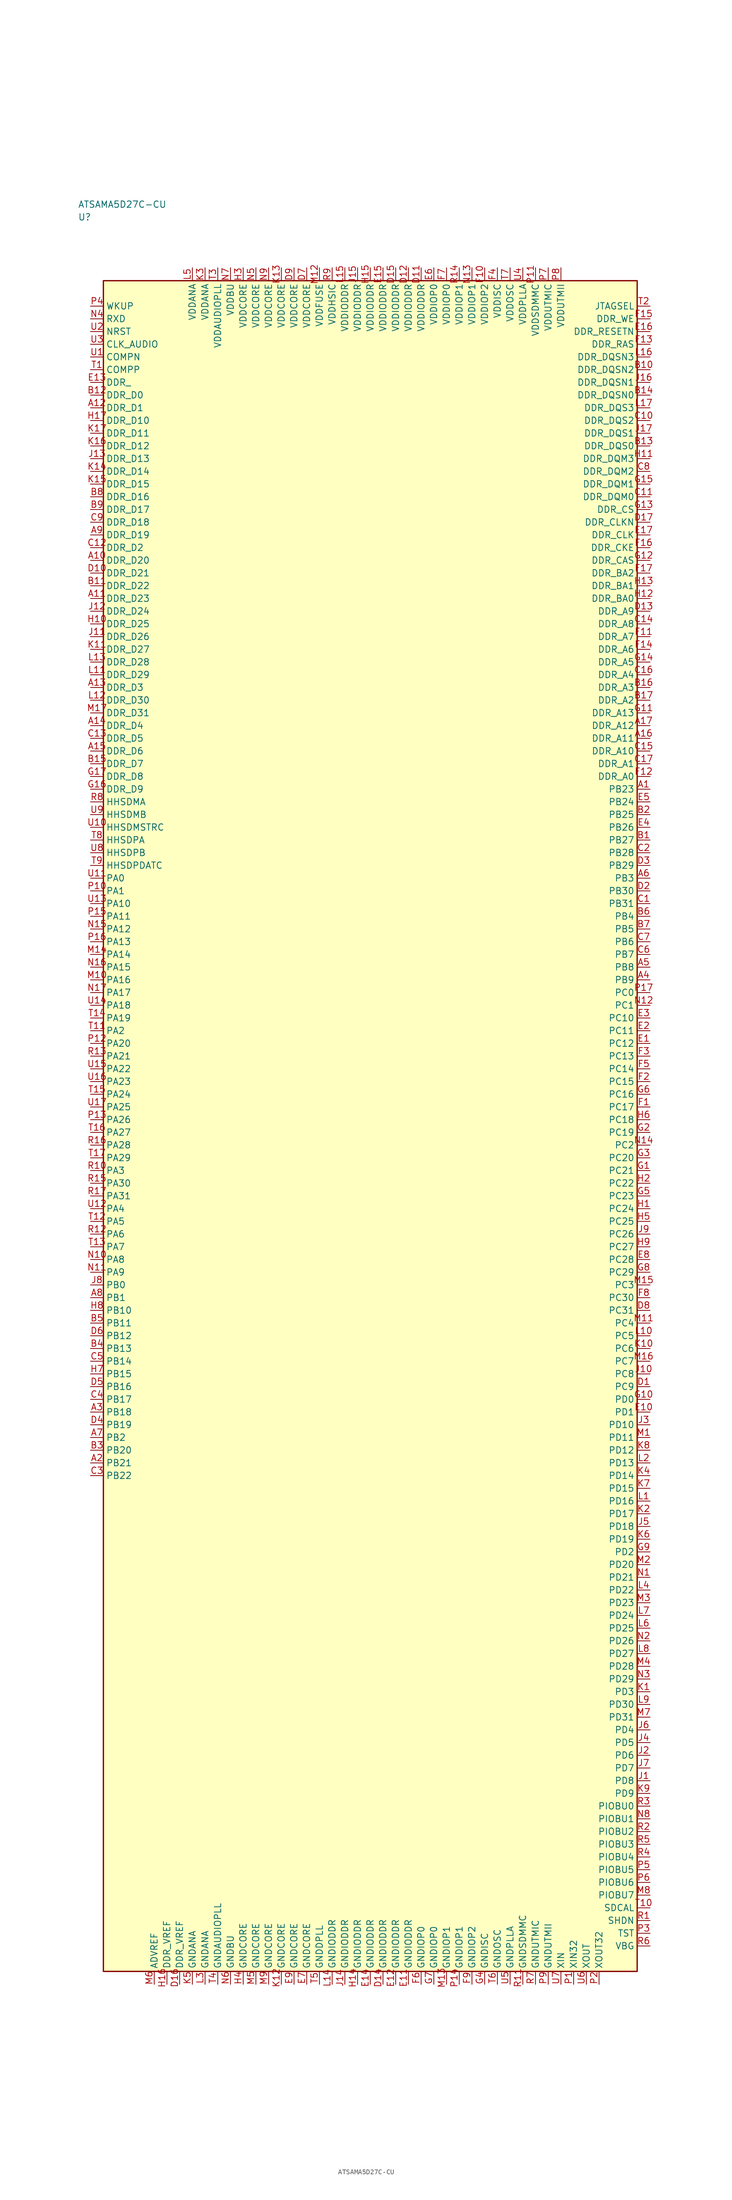
<source format=kicad_sym>
(kicad_symbol_lib
  (version 20241025)
  (generator "kicad_symbol_editor")
  (generator_version "8.0")
  (symbol "ATSAMA5D27C-CU"
    (property "Reference" "U"
      (at -57.5 178.75 0)
      (effects (font (size 1.27 1.27)) (justify left)))
    (property "Value" "ATSAMA5D27C-CU"
      (at -57.5 181.25 0)
      (effects (font (size 1.27 1.27)) (justify left)))
    (symbol "ATSAMA5D27C-CU_0_1"
      (rectangle (start -52.5 166.25) (end 52.5 -166.25) (stroke (width 0.254) (type default)) (fill (type background))))
    (symbol "ATSAMA5D27C-CU_1_1"
      (pin bidirectional line (at -55.04 48.75 0.0) (length 2.54) (name "PA0" (effects (font (size 1.27 1.27)))) (number "U11" (effects (font (size 1.27 1.27)))))
      (pin bidirectional line (at -55.04 46.25 0.0) (length 2.54) (name "PA1" (effects (font (size 1.27 1.27)))) (number "P10" (effects (font (size 1.27 1.27)))))
      (pin bidirectional line (at -55.04 18.75 0.0) (length 2.54) (name "PA2" (effects (font (size 1.27 1.27)))) (number "T11" (effects (font (size 1.27 1.27)))))
      (pin bidirectional line (at -55.04 -8.75 0.0) (length 2.54) (name "PA3" (effects (font (size 1.27 1.27)))) (number "R10" (effects (font (size 1.27 1.27)))))
      (pin bidirectional line (at -55.04 -16.25 0.0) (length 2.54) (name "PA4" (effects (font (size 1.27 1.27)))) (number "U12" (effects (font (size 1.27 1.27)))))
      (pin bidirectional line (at -55.04 -18.75 0.0) (length 2.54) (name "PA5" (effects (font (size 1.27 1.27)))) (number "T12" (effects (font (size 1.27 1.27)))))
      (pin bidirectional line (at -55.04 -21.25 0.0) (length 2.54) (name "PA6" (effects (font (size 1.27 1.27)))) (number "R12" (effects (font (size 1.27 1.27)))))
      (pin bidirectional line (at -55.04 -23.75 0.0) (length 2.54) (name "PA7" (effects (font (size 1.27 1.27)))) (number "T13" (effects (font (size 1.27 1.27)))))
      (pin bidirectional line (at -55.04 -26.25 0.0) (length 2.54) (name "PA8" (effects (font (size 1.27 1.27)))) (number "N10" (effects (font (size 1.27 1.27)))))
      (pin bidirectional line (at -55.04 -28.75 0.0) (length 2.54) (name "PA9" (effects (font (size 1.27 1.27)))) (number "N11" (effects (font (size 1.27 1.27)))))
      (pin bidirectional line (at -55.04 43.75 0.0) (length 2.54) (name "PA10" (effects (font (size 1.27 1.27)))) (number "U13" (effects (font (size 1.27 1.27)))))
      (pin bidirectional line (at -55.04 41.25 0.0) (length 2.54) (name "PA11" (effects (font (size 1.27 1.27)))) (number "P15" (effects (font (size 1.27 1.27)))))
      (pin bidirectional line (at -55.04 38.75 0.0) (length 2.54) (name "PA12" (effects (font (size 1.27 1.27)))) (number "N15" (effects (font (size 1.27 1.27)))))
      (pin bidirectional line (at -55.04 36.25 0.0) (length 2.54) (name "PA13" (effects (font (size 1.27 1.27)))) (number "P16" (effects (font (size 1.27 1.27)))))
      (pin bidirectional line (at -55.04 33.75 0.0) (length 2.54) (name "PA14" (effects (font (size 1.27 1.27)))) (number "M14" (effects (font (size 1.27 1.27)))))
      (pin bidirectional line (at -55.04 31.25 0.0) (length 2.54) (name "PA15" (effects (font (size 1.27 1.27)))) (number "N16" (effects (font (size 1.27 1.27)))))
      (pin bidirectional line (at -55.04 28.75 0.0) (length 2.54) (name "PA16" (effects (font (size 1.27 1.27)))) (number "M10" (effects (font (size 1.27 1.27)))))
      (pin bidirectional line (at -55.04 26.25 0.0) (length 2.54) (name "PA17" (effects (font (size 1.27 1.27)))) (number "N17" (effects (font (size 1.27 1.27)))))
      (pin bidirectional line (at -55.04 23.75 0.0) (length 2.54) (name "PA18" (effects (font (size 1.27 1.27)))) (number "U14" (effects (font (size 1.27 1.27)))))
      (pin bidirectional line (at -55.04 21.25 0.0) (length 2.54) (name "PA19" (effects (font (size 1.27 1.27)))) (number "T14" (effects (font (size 1.27 1.27)))))
      (pin bidirectional line (at -55.04 16.25 0.0) (length 2.54) (name "PA20" (effects (font (size 1.27 1.27)))) (number "P12" (effects (font (size 1.27 1.27)))))
      (pin bidirectional line (at -55.04 13.75 0.0) (length 2.54) (name "PA21" (effects (font (size 1.27 1.27)))) (number "R13" (effects (font (size 1.27 1.27)))))
      (pin bidirectional line (at -55.04 11.25 0.0) (length 2.54) (name "PA22" (effects (font (size 1.27 1.27)))) (number "U15" (effects (font (size 1.27 1.27)))))
      (pin bidirectional line (at -55.04 8.75 0.0) (length 2.54) (name "PA23" (effects (font (size 1.27 1.27)))) (number "U16" (effects (font (size 1.27 1.27)))))
      (pin bidirectional line (at -55.04 6.25 0.0) (length 2.54) (name "PA24" (effects (font (size 1.27 1.27)))) (number "T15" (effects (font (size 1.27 1.27)))))
      (pin bidirectional line (at -55.04 3.75 0.0) (length 2.54) (name "PA25" (effects (font (size 1.27 1.27)))) (number "U17" (effects (font (size 1.27 1.27)))))
      (pin bidirectional line (at -55.04 1.25 0.0) (length 2.54) (name "PA26" (effects (font (size 1.27 1.27)))) (number "P13" (effects (font (size 1.27 1.27)))))
      (pin bidirectional line (at -55.04 -1.25 0.0) (length 2.54) (name "PA27" (effects (font (size 1.27 1.27)))) (number "T16" (effects (font (size 1.27 1.27)))))
      (pin bidirectional line (at -55.04 -3.75 0.0) (length 2.54) (name "PA28" (effects (font (size 1.27 1.27)))) (number "R16" (effects (font (size 1.27 1.27)))))
      (pin bidirectional line (at -55.04 -6.25 0.0) (length 2.54) (name "PA29" (effects (font (size 1.27 1.27)))) (number "T17" (effects (font (size 1.27 1.27)))))
      (pin bidirectional line (at -55.04 -11.25 0.0) (length 2.54) (name "PA30" (effects (font (size 1.27 1.27)))) (number "R15" (effects (font (size 1.27 1.27)))))
      (pin bidirectional line (at -55.04 -13.75 0.0) (length 2.54) (name "PA31" (effects (font (size 1.27 1.27)))) (number "R17" (effects (font (size 1.27 1.27)))))
      (pin bidirectional line (at -55.04 -31.25 0.0) (length 2.54) (name "PB0" (effects (font (size 1.27 1.27)))) (number "J8" (effects (font (size 1.27 1.27)))))
      (pin bidirectional line (at -55.04 -33.75 0.0) (length 2.54) (name "PB1" (effects (font (size 1.27 1.27)))) (number "A8" (effects (font (size 1.27 1.27)))))
      (pin bidirectional line (at -55.04 -61.25 0.0) (length 2.54) (name "PB2" (effects (font (size 1.27 1.27)))) (number "A7" (effects (font (size 1.27 1.27)))))
      (pin bidirectional line (at 55.04 48.75 180.0) (length 2.54) (name "PB3" (effects (font (size 1.27 1.27)))) (number "A6" (effects (font (size 1.27 1.27)))))
      (pin bidirectional line (at 55.04 41.25 180.0) (length 2.54) (name "PB4" (effects (font (size 1.27 1.27)))) (number "B6" (effects (font (size 1.27 1.27)))))
      (pin bidirectional line (at 55.04 38.75 180.0) (length 2.54) (name "PB5" (effects (font (size 1.27 1.27)))) (number "B7" (effects (font (size 1.27 1.27)))))
      (pin bidirectional line (at 55.04 36.25 180.0) (length 2.54) (name "PB6" (effects (font (size 1.27 1.27)))) (number "C7" (effects (font (size 1.27 1.27)))))
      (pin bidirectional line (at 55.04 33.75 180.0) (length 2.54) (name "PB7" (effects (font (size 1.27 1.27)))) (number "C6" (effects (font (size 1.27 1.27)))))
      (pin bidirectional line (at 55.04 31.25 180.0) (length 2.54) (name "PB8" (effects (font (size 1.27 1.27)))) (number "A5" (effects (font (size 1.27 1.27)))))
      (pin bidirectional line (at 55.04 28.75 180.0) (length 2.54) (name "PB9" (effects (font (size 1.27 1.27)))) (number "A4" (effects (font (size 1.27 1.27)))))
      (pin bidirectional line (at -55.04 -36.25 0.0) (length 2.54) (name "PB10" (effects (font (size 1.27 1.27)))) (number "H8" (effects (font (size 1.27 1.27)))))
      (pin bidirectional line (at -55.04 -38.75 0.0) (length 2.54) (name "PB11" (effects (font (size 1.27 1.27)))) (number "B5" (effects (font (size 1.27 1.27)))))
      (pin bidirectional line (at -55.04 -41.25 0.0) (length 2.54) (name "PB12" (effects (font (size 1.27 1.27)))) (number "D6" (effects (font (size 1.27 1.27)))))
      (pin bidirectional line (at -55.04 -43.75 0.0) (length 2.54) (name "PB13" (effects (font (size 1.27 1.27)))) (number "B4" (effects (font (size 1.27 1.27)))))
      (pin bidirectional line (at -55.04 -46.25 0.0) (length 2.54) (name "PB14" (effects (font (size 1.27 1.27)))) (number "C5" (effects (font (size 1.27 1.27)))))
      (pin bidirectional line (at -55.04 -48.75 0.0) (length 2.54) (name "PB15" (effects (font (size 1.27 1.27)))) (number "H7" (effects (font (size 1.27 1.27)))))
      (pin bidirectional line (at -55.04 -51.25 0.0) (length 2.54) (name "PB16" (effects (font (size 1.27 1.27)))) (number "D5" (effects (font (size 1.27 1.27)))))
      (pin bidirectional line (at -55.04 -53.75 0.0) (length 2.54) (name "PB17" (effects (font (size 1.27 1.27)))) (number "C4" (effects (font (size 1.27 1.27)))))
      (pin bidirectional line (at -55.04 -56.25 0.0) (length 2.54) (name "PB18" (effects (font (size 1.27 1.27)))) (number "A3" (effects (font (size 1.27 1.27)))))
      (pin bidirectional line (at -55.04 -58.75 0.0) (length 2.54) (name "PB19" (effects (font (size 1.27 1.27)))) (number "D4" (effects (font (size 1.27 1.27)))))
      (pin bidirectional line (at -55.04 -63.75 0.0) (length 2.54) (name "PB20" (effects (font (size 1.27 1.27)))) (number "B3" (effects (font (size 1.27 1.27)))))
      (pin bidirectional line (at -55.04 -66.25 0.0) (length 2.54) (name "PB21" (effects (font (size 1.27 1.27)))) (number "A2" (effects (font (size 1.27 1.27)))))
      (pin bidirectional line (at -55.04 -68.75 0.0) (length 2.54) (name "PB22" (effects (font (size 1.27 1.27)))) (number "C3" (effects (font (size 1.27 1.27)))))
      (pin bidirectional line (at 55.04 66.25 180.0) (length 2.54) (name "PB23" (effects (font (size 1.27 1.27)))) (number "A1" (effects (font (size 1.27 1.27)))))
      (pin bidirectional line (at 55.04 63.75 180.0) (length 2.54) (name "PB24" (effects (font (size 1.27 1.27)))) (number "E5" (effects (font (size 1.27 1.27)))))
      (pin bidirectional line (at 55.04 61.25 180.0) (length 2.54) (name "PB25" (effects (font (size 1.27 1.27)))) (number "B2" (effects (font (size 1.27 1.27)))))
      (pin bidirectional line (at 55.04 58.75 180.0) (length 2.54) (name "PB26" (effects (font (size 1.27 1.27)))) (number "E4" (effects (font (size 1.27 1.27)))))
      (pin bidirectional line (at 55.04 56.25 180.0) (length 2.54) (name "PB27" (effects (font (size 1.27 1.27)))) (number "B1" (effects (font (size 1.27 1.27)))))
      (pin bidirectional line (at 55.04 53.75 180.0) (length 2.54) (name "PB28" (effects (font (size 1.27 1.27)))) (number "C2" (effects (font (size 1.27 1.27)))))
      (pin bidirectional line (at 55.04 51.25 180.0) (length 2.54) (name "PB29" (effects (font (size 1.27 1.27)))) (number "D3" (effects (font (size 1.27 1.27)))))
      (pin bidirectional line (at 55.04 46.25 180.0) (length 2.54) (name "PB30" (effects (font (size 1.27 1.27)))) (number "D2" (effects (font (size 1.27 1.27)))))
      (pin bidirectional line (at 55.04 43.75 180.0) (length 2.54) (name "PB31" (effects (font (size 1.27 1.27)))) (number "C1" (effects (font (size 1.27 1.27)))))
      (pin bidirectional line (at 55.04 26.25 180.0) (length 2.54) (name "PC0" (effects (font (size 1.27 1.27)))) (number "P17" (effects (font (size 1.27 1.27)))))
      (pin bidirectional line (at 55.04 23.75 180.0) (length 2.54) (name "PC1" (effects (font (size 1.27 1.27)))) (number "N12" (effects (font (size 1.27 1.27)))))
      (pin bidirectional line (at 55.04 -3.75 180.0) (length 2.54) (name "PC2" (effects (font (size 1.27 1.27)))) (number "N14" (effects (font (size 1.27 1.27)))))
      (pin bidirectional line (at 55.04 -31.25 180.0) (length 2.54) (name "PC3" (effects (font (size 1.27 1.27)))) (number "M15" (effects (font (size 1.27 1.27)))))
      (pin bidirectional line (at 55.04 -38.75 180.0) (length 2.54) (name "PC4" (effects (font (size 1.27 1.27)))) (number "M11" (effects (font (size 1.27 1.27)))))
      (pin bidirectional line (at 55.04 -41.25 180.0) (length 2.54) (name "PC5" (effects (font (size 1.27 1.27)))) (number "L10" (effects (font (size 1.27 1.27)))))
      (pin bidirectional line (at 55.04 -43.75 180.0) (length 2.54) (name "PC6" (effects (font (size 1.27 1.27)))) (number "K10" (effects (font (size 1.27 1.27)))))
      (pin bidirectional line (at 55.04 -46.25 180.0) (length 2.54) (name "PC7" (effects (font (size 1.27 1.27)))) (number "M16" (effects (font (size 1.27 1.27)))))
      (pin bidirectional line (at 55.04 -48.75 180.0) (length 2.54) (name "PC8" (effects (font (size 1.27 1.27)))) (number "J10" (effects (font (size 1.27 1.27)))))
      (pin bidirectional line (at 55.04 -51.25 180.0) (length 2.54) (name "PC9" (effects (font (size 1.27 1.27)))) (number "D1" (effects (font (size 1.27 1.27)))))
      (pin bidirectional line (at 55.04 21.25 180.0) (length 2.54) (name "PC10" (effects (font (size 1.27 1.27)))) (number "E3" (effects (font (size 1.27 1.27)))))
      (pin bidirectional line (at 55.04 18.75 180.0) (length 2.54) (name "PC11" (effects (font (size 1.27 1.27)))) (number "E2" (effects (font (size 1.27 1.27)))))
      (pin bidirectional line (at 55.04 16.25 180.0) (length 2.54) (name "PC12" (effects (font (size 1.27 1.27)))) (number "E1" (effects (font (size 1.27 1.27)))))
      (pin bidirectional line (at 55.04 13.75 180.0) (length 2.54) (name "PC13" (effects (font (size 1.27 1.27)))) (number "F3" (effects (font (size 1.27 1.27)))))
      (pin bidirectional line (at 55.04 11.25 180.0) (length 2.54) (name "PC14" (effects (font (size 1.27 1.27)))) (number "F5" (effects (font (size 1.27 1.27)))))
      (pin bidirectional line (at 55.04 8.75 180.0) (length 2.54) (name "PC15" (effects (font (size 1.27 1.27)))) (number "F2" (effects (font (size 1.27 1.27)))))
      (pin bidirectional line (at 55.04 6.25 180.0) (length 2.54) (name "PC16" (effects (font (size 1.27 1.27)))) (number "G6" (effects (font (size 1.27 1.27)))))
      (pin bidirectional line (at 55.04 3.75 180.0) (length 2.54) (name "PC17" (effects (font (size 1.27 1.27)))) (number "F1" (effects (font (size 1.27 1.27)))))
      (pin bidirectional line (at 55.04 1.25 180.0) (length 2.54) (name "PC18" (effects (font (size 1.27 1.27)))) (number "H6" (effects (font (size 1.27 1.27)))))
      (pin bidirectional line (at 55.04 -1.25 180.0) (length 2.54) (name "PC19" (effects (font (size 1.27 1.27)))) (number "G2" (effects (font (size 1.27 1.27)))))
      (pin bidirectional line (at 55.04 -6.25 180.0) (length 2.54) (name "PC20" (effects (font (size 1.27 1.27)))) (number "G3" (effects (font (size 1.27 1.27)))))
      (pin bidirectional line (at 55.04 -8.75 180.0) (length 2.54) (name "PC21" (effects (font (size 1.27 1.27)))) (number "G1" (effects (font (size 1.27 1.27)))))
      (pin bidirectional line (at 55.04 -11.25 180.0) (length 2.54) (name "PC22" (effects (font (size 1.27 1.27)))) (number "H2" (effects (font (size 1.27 1.27)))))
      (pin bidirectional line (at 55.04 -13.75 180.0) (length 2.54) (name "PC23" (effects (font (size 1.27 1.27)))) (number "G5" (effects (font (size 1.27 1.27)))))
      (pin bidirectional line (at 55.04 -16.25 180.0) (length 2.54) (name "PC24" (effects (font (size 1.27 1.27)))) (number "H1" (effects (font (size 1.27 1.27)))))
      (pin bidirectional line (at 55.04 -18.75 180.0) (length 2.54) (name "PC25" (effects (font (size 1.27 1.27)))) (number "H5" (effects (font (size 1.27 1.27)))))
      (pin bidirectional line (at 55.04 -21.25 180.0) (length 2.54) (name "PC26" (effects (font (size 1.27 1.27)))) (number "J9" (effects (font (size 1.27 1.27)))))
      (pin bidirectional line (at 55.04 -23.75 180.0) (length 2.54) (name "PC27" (effects (font (size 1.27 1.27)))) (number "H9" (effects (font (size 1.27 1.27)))))
      (pin bidirectional line (at 55.04 -26.25 180.0) (length 2.54) (name "PC28" (effects (font (size 1.27 1.27)))) (number "E8" (effects (font (size 1.27 1.27)))))
      (pin bidirectional line (at 55.04 -28.75 180.0) (length 2.54) (name "PC29" (effects (font (size 1.27 1.27)))) (number "G8" (effects (font (size 1.27 1.27)))))
      (pin bidirectional line (at 55.04 -33.75 180.0) (length 2.54) (name "PC30" (effects (font (size 1.27 1.27)))) (number "F8" (effects (font (size 1.27 1.27)))))
      (pin bidirectional line (at 55.04 -36.25 180.0) (length 2.54) (name "PC31" (effects (font (size 1.27 1.27)))) (number "D8" (effects (font (size 1.27 1.27)))))
      (pin bidirectional line (at 55.04 -53.75 180.0) (length 2.54) (name "PD0" (effects (font (size 1.27 1.27)))) (number "G10" (effects (font (size 1.27 1.27)))))
      (pin bidirectional line (at 55.04 -56.25 180.0) (length 2.54) (name "PD1" (effects (font (size 1.27 1.27)))) (number "E10" (effects (font (size 1.27 1.27)))))
      (pin bidirectional line (at 55.04 -83.75 180.0) (length 2.54) (name "PD2" (effects (font (size 1.27 1.27)))) (number "G9" (effects (font (size 1.27 1.27)))))
      (pin bidirectional line (at 55.04 -111.25 180.0) (length 2.54) (name "PD3" (effects (font (size 1.27 1.27)))) (number "K1" (effects (font (size 1.27 1.27)))))
      (pin bidirectional line (at 55.04 -118.75 180.0) (length 2.54) (name "PD4" (effects (font (size 1.27 1.27)))) (number "J6" (effects (font (size 1.27 1.27)))))
      (pin bidirectional line (at 55.04 -121.25 180.0) (length 2.54) (name "PD5" (effects (font (size 1.27 1.27)))) (number "J4" (effects (font (size 1.27 1.27)))))
      (pin bidirectional line (at 55.04 -123.75 180.0) (length 2.54) (name "PD6" (effects (font (size 1.27 1.27)))) (number "J2" (effects (font (size 1.27 1.27)))))
      (pin bidirectional line (at 55.04 -126.25 180.0) (length 2.54) (name "PD7" (effects (font (size 1.27 1.27)))) (number "J7" (effects (font (size 1.27 1.27)))))
      (pin bidirectional line (at 55.04 -128.75 180.0) (length 2.54) (name "PD8" (effects (font (size 1.27 1.27)))) (number "J1" (effects (font (size 1.27 1.27)))))
      (pin bidirectional line (at 55.04 -131.25 180.0) (length 2.54) (name "PD9" (effects (font (size 1.27 1.27)))) (number "K9" (effects (font (size 1.27 1.27)))))
      (pin bidirectional line (at 55.04 -58.75 180.0) (length 2.54) (name "PD10" (effects (font (size 1.27 1.27)))) (number "J3" (effects (font (size 1.27 1.27)))))
      (pin bidirectional line (at 55.04 -61.25 180.0) (length 2.54) (name "PD11" (effects (font (size 1.27 1.27)))) (number "M1" (effects (font (size 1.27 1.27)))))
      (pin bidirectional line (at 55.04 -63.75 180.0) (length 2.54) (name "PD12" (effects (font (size 1.27 1.27)))) (number "K8" (effects (font (size 1.27 1.27)))))
      (pin bidirectional line (at 55.04 -66.25 180.0) (length 2.54) (name "PD13" (effects (font (size 1.27 1.27)))) (number "L2" (effects (font (size 1.27 1.27)))))
      (pin bidirectional line (at 55.04 -68.75 180.0) (length 2.54) (name "PD14" (effects (font (size 1.27 1.27)))) (number "K4" (effects (font (size 1.27 1.27)))))
      (pin bidirectional line (at 55.04 -71.25 180.0) (length 2.54) (name "PD15" (effects (font (size 1.27 1.27)))) (number "K7" (effects (font (size 1.27 1.27)))))
      (pin bidirectional line (at 55.04 -73.75 180.0) (length 2.54) (name "PD16" (effects (font (size 1.27 1.27)))) (number "L1" (effects (font (size 1.27 1.27)))))
      (pin bidirectional line (at 55.04 -76.25 180.0) (length 2.54) (name "PD17" (effects (font (size 1.27 1.27)))) (number "K2" (effects (font (size 1.27 1.27)))))
      (pin bidirectional line (at 55.04 -78.75 180.0) (length 2.54) (name "PD18" (effects (font (size 1.27 1.27)))) (number "J5" (effects (font (size 1.27 1.27)))))
      (pin bidirectional line (at 55.04 -81.25 180.0) (length 2.54) (name "PD19" (effects (font (size 1.27 1.27)))) (number "K6" (effects (font (size 1.27 1.27)))))
      (pin bidirectional line (at 55.04 -86.25 180.0) (length 2.54) (name "PD20" (effects (font (size 1.27 1.27)))) (number "M2" (effects (font (size 1.27 1.27)))))
      (pin bidirectional line (at 55.04 -88.75 180.0) (length 2.54) (name "PD21" (effects (font (size 1.27 1.27)))) (number "N1" (effects (font (size 1.27 1.27)))))
      (pin bidirectional line (at 55.04 -91.25 180.0) (length 2.54) (name "PD22" (effects (font (size 1.27 1.27)))) (number "L4" (effects (font (size 1.27 1.27)))))
      (pin bidirectional line (at 55.04 -93.75 180.0) (length 2.54) (name "PD23" (effects (font (size 1.27 1.27)))) (number "M3" (effects (font (size 1.27 1.27)))))
      (pin bidirectional line (at 55.04 -96.25 180.0) (length 2.54) (name "PD24" (effects (font (size 1.27 1.27)))) (number "L7" (effects (font (size 1.27 1.27)))))
      (pin bidirectional line (at 55.04 -98.75 180.0) (length 2.54) (name "PD25" (effects (font (size 1.27 1.27)))) (number "L6" (effects (font (size 1.27 1.27)))))
      (pin bidirectional line (at 55.04 -101.25 180.0) (length 2.54) (name "PD26" (effects (font (size 1.27 1.27)))) (number "N2" (effects (font (size 1.27 1.27)))))
      (pin bidirectional line (at 55.04 -103.75 180.0) (length 2.54) (name "PD27" (effects (font (size 1.27 1.27)))) (number "L8" (effects (font (size 1.27 1.27)))))
      (pin bidirectional line (at 55.04 -106.25 180.0) (length 2.54) (name "PD28" (effects (font (size 1.27 1.27)))) (number "M4" (effects (font (size 1.27 1.27)))))
      (pin bidirectional line (at 55.04 -108.75 180.0) (length 2.54) (name "PD29" (effects (font (size 1.27 1.27)))) (number "N3" (effects (font (size 1.27 1.27)))))
      (pin bidirectional line (at 55.04 -113.75 180.0) (length 2.54) (name "PD30" (effects (font (size 1.27 1.27)))) (number "L9" (effects (font (size 1.27 1.27)))))
      (pin bidirectional line (at 55.04 -116.25 180.0) (length 2.54) (name "PD31" (effects (font (size 1.27 1.27)))) (number "M7" (effects (font (size 1.27 1.27)))))
      (pin power_in line (at -35.0 168.79 270.0) (length 2.54) (name "VDDANA" (effects (font (size 1.27 1.27)))) (number "L5" (effects (font (size 1.27 1.27)))))
      (pin passive line (at -35.0 -168.79 90.0) (length 2.54) (name "GNDANA" (effects (font (size 1.27 1.27)))) (number "K5" (effects (font (size 1.27 1.27)))))
      (pin passive line (at -42.5 -168.79 90.0) (length 2.54) (name "ADVREF" (effects (font (size 1.27 1.27)))) (number "M6" (effects (font (size 1.27 1.27)))))
      (pin power_in line (at -32.5 168.79 270.0) (length 2.54) (name "VDDANA" (effects (font (size 1.27 1.27)))) (number "K3" (effects (font (size 1.27 1.27)))))
      (pin passive line (at -32.5 -168.79 90.0) (length 2.54) (name "GNDANA" (effects (font (size 1.27 1.27)))) (number "L3" (effects (font (size 1.27 1.27)))))
      (pin passive line (at -40.0 -168.79 90.0) (length 2.54) (name "DDR_VREF" (effects (font (size 1.27 1.27)))) (number "H16" (effects (font (size 1.27 1.27)))))
      (pin passive line (at -37.5 -168.79 90.0) (length 2.54) (name "DDR_VREF" (effects (font (size 1.27 1.27)))) (number "D16" (effects (font (size 1.27 1.27)))))
      (pin bidirectional line (at -55.04 143.75 0.0) (length 2.54) (name "DDR_D0" (effects (font (size 1.27 1.27)))) (number "B12" (effects (font (size 1.27 1.27)))))
      (pin bidirectional line (at -55.04 141.25 0.0) (length 2.54) (name "DDR_D1" (effects (font (size 1.27 1.27)))) (number "A12" (effects (font (size 1.27 1.27)))))
      (pin bidirectional line (at -55.04 113.75 0.0) (length 2.54) (name "DDR_D2" (effects (font (size 1.27 1.27)))) (number "C12" (effects (font (size 1.27 1.27)))))
      (pin bidirectional line (at -55.04 86.25 0.0) (length 2.54) (name "DDR_D3" (effects (font (size 1.27 1.27)))) (number "A13" (effects (font (size 1.27 1.27)))))
      (pin bidirectional line (at -55.04 78.75 0.0) (length 2.54) (name "DDR_D4" (effects (font (size 1.27 1.27)))) (number "A14" (effects (font (size 1.27 1.27)))))
      (pin bidirectional line (at -55.04 76.25 0.0) (length 2.54) (name "DDR_D5" (effects (font (size 1.27 1.27)))) (number "C13" (effects (font (size 1.27 1.27)))))
      (pin bidirectional line (at -55.04 73.75 0.0) (length 2.54) (name "DDR_D6" (effects (font (size 1.27 1.27)))) (number "A15" (effects (font (size 1.27 1.27)))))
      (pin bidirectional line (at -55.04 71.25 0.0) (length 2.54) (name "DDR_D7" (effects (font (size 1.27 1.27)))) (number "B15" (effects (font (size 1.27 1.27)))))
      (pin bidirectional line (at -55.04 68.75 0.0) (length 2.54) (name "DDR_D8" (effects (font (size 1.27 1.27)))) (number "G17" (effects (font (size 1.27 1.27)))))
      (pin bidirectional line (at -55.04 66.25 0.0) (length 2.54) (name "DDR_D9" (effects (font (size 1.27 1.27)))) (number "G16" (effects (font (size 1.27 1.27)))))
      (pin bidirectional line (at -55.04 138.75 0.0) (length 2.54) (name "DDR_D10" (effects (font (size 1.27 1.27)))) (number "H17" (effects (font (size 1.27 1.27)))))
      (pin bidirectional line (at -55.04 136.25 0.0) (length 2.54) (name "DDR_D11" (effects (font (size 1.27 1.27)))) (number "K17" (effects (font (size 1.27 1.27)))))
      (pin bidirectional line (at -55.04 133.75 0.0) (length 2.54) (name "DDR_D12" (effects (font (size 1.27 1.27)))) (number "K16" (effects (font (size 1.27 1.27)))))
      (pin bidirectional line (at -55.04 131.25 0.0) (length 2.54) (name "DDR_D13" (effects (font (size 1.27 1.27)))) (number "J13" (effects (font (size 1.27 1.27)))))
      (pin bidirectional line (at -55.04 128.75 0.0) (length 2.54) (name "DDR_D14" (effects (font (size 1.27 1.27)))) (number "K14" (effects (font (size 1.27 1.27)))))
      (pin bidirectional line (at -55.04 126.25 0.0) (length 2.54) (name "DDR_D15" (effects (font (size 1.27 1.27)))) (number "K15" (effects (font (size 1.27 1.27)))))
      (pin bidirectional line (at -55.04 123.75 0.0) (length 2.54) (name "DDR_D16" (effects (font (size 1.27 1.27)))) (number "B8" (effects (font (size 1.27 1.27)))))
      (pin bidirectional line (at -55.04 121.25 0.0) (length 2.54) (name "DDR_D17" (effects (font (size 1.27 1.27)))) (number "B9" (effects (font (size 1.27 1.27)))))
      (pin bidirectional line (at -55.04 118.75 0.0) (length 2.54) (name "DDR_D18" (effects (font (size 1.27 1.27)))) (number "C9" (effects (font (size 1.27 1.27)))))
      (pin bidirectional line (at -55.04 116.25 0.0) (length 2.54) (name "DDR_D19" (effects (font (size 1.27 1.27)))) (number "A9" (effects (font (size 1.27 1.27)))))
      (pin bidirectional line (at -55.04 111.25 0.0) (length 2.54) (name "DDR_D20" (effects (font (size 1.27 1.27)))) (number "A10" (effects (font (size 1.27 1.27)))))
      (pin bidirectional line (at -55.04 108.75 0.0) (length 2.54) (name "DDR_D21" (effects (font (size 1.27 1.27)))) (number "D10" (effects (font (size 1.27 1.27)))))
      (pin bidirectional line (at -55.04 106.25 0.0) (length 2.54) (name "DDR_D22" (effects (font (size 1.27 1.27)))) (number "B11" (effects (font (size 1.27 1.27)))))
      (pin bidirectional line (at -55.04 103.75 0.0) (length 2.54) (name "DDR_D23" (effects (font (size 1.27 1.27)))) (number "A11" (effects (font (size 1.27 1.27)))))
      (pin bidirectional line (at -55.04 101.25 0.0) (length 2.54) (name "DDR_D24" (effects (font (size 1.27 1.27)))) (number "J12" (effects (font (size 1.27 1.27)))))
      (pin bidirectional line (at -55.04 98.75 0.0) (length 2.54) (name "DDR_D25" (effects (font (size 1.27 1.27)))) (number "H10" (effects (font (size 1.27 1.27)))))
      (pin bidirectional line (at -55.04 96.25 0.0) (length 2.54) (name "DDR_D26" (effects (font (size 1.27 1.27)))) (number "J11" (effects (font (size 1.27 1.27)))))
      (pin bidirectional line (at -55.04 93.75 0.0) (length 2.54) (name "DDR_D27" (effects (font (size 1.27 1.27)))) (number "K11" (effects (font (size 1.27 1.27)))))
      (pin bidirectional line (at -55.04 91.25 0.0) (length 2.54) (name "DDR_D28" (effects (font (size 1.27 1.27)))) (number "L13" (effects (font (size 1.27 1.27)))))
      (pin bidirectional line (at -55.04 88.75 0.0) (length 2.54) (name "DDR_D29" (effects (font (size 1.27 1.27)))) (number "L11" (effects (font (size 1.27 1.27)))))
      (pin bidirectional line (at -55.04 83.75 0.0) (length 2.54) (name "DDR_D30" (effects (font (size 1.27 1.27)))) (number "L12" (effects (font (size 1.27 1.27)))))
      (pin bidirectional line (at -55.04 81.25 0.0) (length 2.54) (name "DDR_D31" (effects (font (size 1.27 1.27)))) (number "M17" (effects (font (size 1.27 1.27)))))
      (pin output line (at 55.04 68.75 180.0) (length 2.54) (name "DDR_A0" (effects (font (size 1.27 1.27)))) (number "F12" (effects (font (size 1.27 1.27)))))
      (pin output line (at 55.04 71.25 180.0) (length 2.54) (name "DDR_A1" (effects (font (size 1.27 1.27)))) (number "C17" (effects (font (size 1.27 1.27)))))
      (pin output line (at 55.04 83.75 180.0) (length 2.54) (name "DDR_A2" (effects (font (size 1.27 1.27)))) (number "B17" (effects (font (size 1.27 1.27)))))
      (pin output line (at 55.04 86.25 180.0) (length 2.54) (name "DDR_A3" (effects (font (size 1.27 1.27)))) (number "B16" (effects (font (size 1.27 1.27)))))
      (pin output line (at 55.04 88.75 180.0) (length 2.54) (name "DDR_A4" (effects (font (size 1.27 1.27)))) (number "C16" (effects (font (size 1.27 1.27)))))
      (pin output line (at 55.04 91.25 180.0) (length 2.54) (name "DDR_A5" (effects (font (size 1.27 1.27)))) (number "G14" (effects (font (size 1.27 1.27)))))
      (pin output line (at 55.04 93.75 180.0) (length 2.54) (name "DDR_A6" (effects (font (size 1.27 1.27)))) (number "F14" (effects (font (size 1.27 1.27)))))
      (pin output line (at 55.04 96.25 180.0) (length 2.54) (name "DDR_A7" (effects (font (size 1.27 1.27)))) (number "F11" (effects (font (size 1.27 1.27)))))
      (pin output line (at 55.04 98.75 180.0) (length 2.54) (name "DDR_A8" (effects (font (size 1.27 1.27)))) (number "C14" (effects (font (size 1.27 1.27)))))
      (pin output line (at 55.04 101.25 180.0) (length 2.54) (name "DDR_A9" (effects (font (size 1.27 1.27)))) (number "D13" (effects (font (size 1.27 1.27)))))
      (pin output line (at 55.04 73.75 180.0) (length 2.54) (name "DDR_A10" (effects (font (size 1.27 1.27)))) (number "C15" (effects (font (size 1.27 1.27)))))
      (pin output line (at 55.04 76.25 180.0) (length 2.54) (name "DDR_A11" (effects (font (size 1.27 1.27)))) (number "A16" (effects (font (size 1.27 1.27)))))
      (pin output line (at 55.04 78.75 180.0) (length 2.54) (name "DDR_A12" (effects (font (size 1.27 1.27)))) (number "A17" (effects (font (size 1.27 1.27)))))
      (pin output line (at 55.04 81.25 180.0) (length 2.54) (name "DDR_A13" (effects (font (size 1.27 1.27)))) (number "G11" (effects (font (size 1.27 1.27)))))
      (pin output line (at 55.04 116.25 180.0) (length 2.54) (name "DDR_CLK" (effects (font (size 1.27 1.27)))) (number "E17" (effects (font (size 1.27 1.27)))))
      (pin output line (at 55.04 118.75 180.0) (length 2.54) (name "DDR_CLKN" (effects (font (size 1.27 1.27)))) (number "D17" (effects (font (size 1.27 1.27)))))
      (pin output line (at 55.04 113.75 180.0) (length 2.54) (name "DDR_CKE" (effects (font (size 1.27 1.27)))) (number "F16" (effects (font (size 1.27 1.27)))))
      (pin output line (at 55.04 156.25 180.0) (length 2.54) (name "DDR_RESETN" (effects (font (size 1.27 1.27)))) (number "E16" (effects (font (size 1.27 1.27)))))
      (pin output line (at 55.04 121.25 180.0) (length 2.54) (name "DDR_CS" (effects (font (size 1.27 1.27)))) (number "G13" (effects (font (size 1.27 1.27)))))
      (pin output line (at 55.04 158.75 180.0) (length 2.54) (name "DDR_WE" (effects (font (size 1.27 1.27)))) (number "F15" (effects (font (size 1.27 1.27)))))
      (pin output line (at 55.04 153.75 180.0) (length 2.54) (name "DDR_RAS" (effects (font (size 1.27 1.27)))) (number "F13" (effects (font (size 1.27 1.27)))))
      (pin output line (at 55.04 111.25 180.0) (length 2.54) (name "DDR_CAS" (effects (font (size 1.27 1.27)))) (number "G12" (effects (font (size 1.27 1.27)))))
      (pin output line (at 55.04 123.75 180.0) (length 2.54) (name "DDR_DQM0" (effects (font (size 1.27 1.27)))) (number "C11" (effects (font (size 1.27 1.27)))))
      (pin output line (at 55.04 126.25 180.0) (length 2.54) (name "DDR_DQM1" (effects (font (size 1.27 1.27)))) (number "G15" (effects (font (size 1.27 1.27)))))
      (pin output line (at 55.04 128.75 180.0) (length 2.54) (name "DDR_DQM2" (effects (font (size 1.27 1.27)))) (number "C8" (effects (font (size 1.27 1.27)))))
      (pin output line (at 55.04 131.25 180.0) (length 2.54) (name "DDR_DQM3" (effects (font (size 1.27 1.27)))) (number "H11" (effects (font (size 1.27 1.27)))))
      (pin output line (at 55.04 133.75 180.0) (length 2.54) (name "DDR_DQS0" (effects (font (size 1.27 1.27)))) (number "B13" (effects (font (size 1.27 1.27)))))
      (pin output line (at 55.04 136.25 180.0) (length 2.54) (name "DDR_DQS1" (effects (font (size 1.27 1.27)))) (number "J17" (effects (font (size 1.27 1.27)))))
      (pin output line (at 55.04 138.75 180.0) (length 2.54) (name "DDR_DQS2" (effects (font (size 1.27 1.27)))) (number "C10" (effects (font (size 1.27 1.27)))))
      (pin output line (at 55.04 141.25 180.0) (length 2.54) (name "DDR_DQS3" (effects (font (size 1.27 1.27)))) (number "L17" (effects (font (size 1.27 1.27)))))
      (pin output line (at 55.04 143.75 180.0) (length 2.54) (name "DDR_DQSN0" (effects (font (size 1.27 1.27)))) (number "B14" (effects (font (size 1.27 1.27)))))
      (pin output line (at 55.04 146.25 180.0) (length 2.54) (name "DDR_DQSN1" (effects (font (size 1.27 1.27)))) (number "J16" (effects (font (size 1.27 1.27)))))
      (pin output line (at 55.04 148.75 180.0) (length 2.54) (name "DDR_DQSN2" (effects (font (size 1.27 1.27)))) (number "B10" (effects (font (size 1.27 1.27)))))
      (pin output line (at 55.04 151.25 180.0) (length 2.54) (name "DDR_DQSN3" (effects (font (size 1.27 1.27)))) (number "L16" (effects (font (size 1.27 1.27)))))
      (pin output line (at 55.04 103.75 180.0) (length 2.54) (name "DDR_BA0" (effects (font (size 1.27 1.27)))) (number "H12" (effects (font (size 1.27 1.27)))))
      (pin output line (at 55.04 106.25 180.0) (length 2.54) (name "DDR_BA1" (effects (font (size 1.27 1.27)))) (number "H13" (effects (font (size 1.27 1.27)))))
      (pin output line (at 55.04 108.75 180.0) (length 2.54) (name "DDR_BA2" (effects (font (size 1.27 1.27)))) (number "F17" (effects (font (size 1.27 1.27)))))
      (pin bidirectional line (at -55.04 146.25 0.0) (length 2.54) (name "DDR_" (effects (font (size 1.27 1.27)))) (number "E13" (effects (font (size 1.27 1.27)))))
      (pin power_in line (at -5.0 168.79 270.0) (length 2.54) (name "VDDIODDR" (effects (font (size 1.27 1.27)))) (number "L15" (effects (font (size 1.27 1.27)))))
      (pin power_in line (at -2.5 168.79 270.0) (length 2.54) (name "VDDIODDR" (effects (font (size 1.27 1.27)))) (number "J15" (effects (font (size 1.27 1.27)))))
      (pin power_in line (at 0.0 168.79 270.0) (length 2.54) (name "VDDIODDR" (effects (font (size 1.27 1.27)))) (number "H15" (effects (font (size 1.27 1.27)))))
      (pin power_in line (at 2.5 168.79 270.0) (length 2.54) (name "VDDIODDR" (effects (font (size 1.27 1.27)))) (number "E15" (effects (font (size 1.27 1.27)))))
      (pin power_in line (at 5.0 168.79 270.0) (length 2.54) (name "VDDIODDR" (effects (font (size 1.27 1.27)))) (number "D15" (effects (font (size 1.27 1.27)))))
      (pin power_in line (at 7.5 168.79 270.0) (length 2.54) (name "VDDIODDR" (effects (font (size 1.27 1.27)))) (number "D12" (effects (font (size 1.27 1.27)))))
      (pin power_in line (at 10.0 168.79 270.0) (length 2.54) (name "VDDIODDR" (effects (font (size 1.27 1.27)))) (number "D11" (effects (font (size 1.27 1.27)))))
      (pin passive line (at -7.5 -168.79 90.0) (length 2.54) (name "GNDIODDR" (effects (font (size 1.27 1.27)))) (number "L14" (effects (font (size 1.27 1.27)))))
      (pin passive line (at -5.0 -168.79 90.0) (length 2.54) (name "GNDIODDR" (effects (font (size 1.27 1.27)))) (number "J14" (effects (font (size 1.27 1.27)))))
      (pin passive line (at -2.5 -168.79 90.0) (length 2.54) (name "GNDIODDR" (effects (font (size 1.27 1.27)))) (number "H14" (effects (font (size 1.27 1.27)))))
      (pin passive line (at 0.0 -168.79 90.0) (length 2.54) (name "GNDIODDR" (effects (font (size 1.27 1.27)))) (number "E14" (effects (font (size 1.27 1.27)))))
      (pin passive line (at 2.5 -168.79 90.0) (length 2.54) (name "GNDIODDR" (effects (font (size 1.27 1.27)))) (number "D14" (effects (font (size 1.27 1.27)))))
      (pin passive line (at 5.0 -168.79 90.0) (length 2.54) (name "GNDIODDR" (effects (font (size 1.27 1.27)))) (number "E12" (effects (font (size 1.27 1.27)))))
      (pin passive line (at 7.5 -168.79 90.0) (length 2.54) (name "GNDIODDR" (effects (font (size 1.27 1.27)))) (number "E11" (effects (font (size 1.27 1.27)))))
      (pin power_in line (at -25.0 168.79 270.0) (length 2.54) (name "VDDCORE" (effects (font (size 1.27 1.27)))) (number "H3" (effects (font (size 1.27 1.27)))))
      (pin power_in line (at -22.5 168.79 270.0) (length 2.54) (name "VDDCORE" (effects (font (size 1.27 1.27)))) (number "N5" (effects (font (size 1.27 1.27)))))
      (pin power_in line (at -20.0 168.79 270.0) (length 2.54) (name "VDDCORE" (effects (font (size 1.27 1.27)))) (number "N9" (effects (font (size 1.27 1.27)))))
      (pin power_in line (at -17.5 168.79 270.0) (length 2.54) (name "VDDCORE" (effects (font (size 1.27 1.27)))) (number "K13" (effects (font (size 1.27 1.27)))))
      (pin power_in line (at -15.0 168.79 270.0) (length 2.54) (name "VDDCORE" (effects (font (size 1.27 1.27)))) (number "D9" (effects (font (size 1.27 1.27)))))
      (pin power_in line (at -12.5 168.79 270.0) (length 2.54) (name "VDDCORE" (effects (font (size 1.27 1.27)))) (number "D7" (effects (font (size 1.27 1.27)))))
      (pin passive line (at -25.0 -168.79 90.0) (length 2.54) (name "GNDCORE" (effects (font (size 1.27 1.27)))) (number "H4" (effects (font (size 1.27 1.27)))))
      (pin passive line (at -22.5 -168.79 90.0) (length 2.54) (name "GNDCORE" (effects (font (size 1.27 1.27)))) (number "M5" (effects (font (size 1.27 1.27)))))
      (pin passive line (at -20.0 -168.79 90.0) (length 2.54) (name "GNDCORE" (effects (font (size 1.27 1.27)))) (number "M9" (effects (font (size 1.27 1.27)))))
      (pin passive line (at -17.5 -168.79 90.0) (length 2.54) (name "GNDCORE" (effects (font (size 1.27 1.27)))) (number "K12" (effects (font (size 1.27 1.27)))))
      (pin passive line (at -15.0 -168.79 90.0) (length 2.54) (name "GNDCORE" (effects (font (size 1.27 1.27)))) (number "E9" (effects (font (size 1.27 1.27)))))
      (pin passive line (at -12.5 -168.79 90.0) (length 2.54) (name "GNDCORE" (effects (font (size 1.27 1.27)))) (number "E7" (effects (font (size 1.27 1.27)))))
      (pin power_in line (at 12.5 168.79 270.0) (length 2.54) (name "VDDIOP0" (effects (font (size 1.27 1.27)))) (number "E6" (effects (font (size 1.27 1.27)))))
      (pin power_in line (at 15.0 168.79 270.0) (length 2.54) (name "VDDIOP0" (effects (font (size 1.27 1.27)))) (number "F7" (effects (font (size 1.27 1.27)))))
      (pin passive line (at 10.0 -168.79 90.0) (length 2.54) (name "GNDIOP0" (effects (font (size 1.27 1.27)))) (number "F6" (effects (font (size 1.27 1.27)))))
      (pin passive line (at 12.5 -168.79 90.0) (length 2.54) (name "GNDIOP0" (effects (font (size 1.27 1.27)))) (number "G7" (effects (font (size 1.27 1.27)))))
      (pin power_in line (at 17.5 168.79 270.0) (length 2.54) (name "VDDIOP1" (effects (font (size 1.27 1.27)))) (number "R14" (effects (font (size 1.27 1.27)))))
      (pin power_in line (at 20.0 168.79 270.0) (length 2.54) (name "VDDIOP1" (effects (font (size 1.27 1.27)))) (number "N13" (effects (font (size 1.27 1.27)))))
      (pin passive line (at 15.0 -168.79 90.0) (length 2.54) (name "GNDIOP1" (effects (font (size 1.27 1.27)))) (number "M13" (effects (font (size 1.27 1.27)))))
      (pin passive line (at 17.5 -168.79 90.0) (length 2.54) (name "GNDIOP1" (effects (font (size 1.27 1.27)))) (number "P14" (effects (font (size 1.27 1.27)))))
      (pin power_in line (at 22.5 168.79 270.0) (length 2.54) (name "VDDIOP2" (effects (font (size 1.27 1.27)))) (number "F10" (effects (font (size 1.27 1.27)))))
      (pin passive line (at 20.0 -168.79 90.0) (length 2.54) (name "GNDIOP2" (effects (font (size 1.27 1.27)))) (number "F9" (effects (font (size 1.27 1.27)))))
      (pin power_in line (at 32.5 168.79 270.0) (length 2.54) (name "VDDSDMMC" (effects (font (size 1.27 1.27)))) (number "P11" (effects (font (size 1.27 1.27)))))
      (pin passive line (at 30.0 -168.79 90.0) (length 2.54) (name "GNDSDMMC" (effects (font (size 1.27 1.27)))) (number "R11" (effects (font (size 1.27 1.27)))))
      (pin power_in line (at 25.0 168.79 270.0) (length 2.54) (name "VDDISC" (effects (font (size 1.27 1.27)))) (number "F4" (effects (font (size 1.27 1.27)))))
      (pin passive line (at 22.5 -168.79 90.0) (length 2.54) (name "GNDISC" (effects (font (size 1.27 1.27)))) (number "G4" (effects (font (size 1.27 1.27)))))
      (pin power_in line (at -10.0 168.79 270.0) (length 2.54) (name "VDDFUSE" (effects (font (size 1.27 1.27)))) (number "M12" (effects (font (size 1.27 1.27)))))
      (pin power_in line (at 30.0 168.79 270.0) (length 2.54) (name "VDDPLLA" (effects (font (size 1.27 1.27)))) (number "U4" (effects (font (size 1.27 1.27)))))
      (pin passive line (at 27.5 -168.79 90.0) (length 2.54) (name "GNDPLLA" (effects (font (size 1.27 1.27)))) (number "U5" (effects (font (size 1.27 1.27)))))
      (pin power_in line (at -30.0 168.79 270.0) (length 2.54) (name "VDDAUDIOPLL" (effects (font (size 1.27 1.27)))) (number "T3" (effects (font (size 1.27 1.27)))))
      (pin passive line (at -10.0 -168.79 90.0) (length 2.54) (name "GNDDPLL" (effects (font (size 1.27 1.27)))) (number "T5" (effects (font (size 1.27 1.27)))))
      (pin passive line (at -30.0 -168.79 90.0) (length 2.54) (name "GNDAUDIOPLL" (effects (font (size 1.27 1.27)))) (number "T4" (effects (font (size 1.27 1.27)))))
      (pin bidirectional line (at -55.04 153.75 0.0) (length 2.54) (name "CLK_AUDIO" (effects (font (size 1.27 1.27)))) (number "U3" (effects (font (size 1.27 1.27)))))
      (pin passive line (at 37.5 -168.79 90.0) (length 2.54) (name "XIN" (effects (font (size 1.27 1.27)))) (number "U7" (effects (font (size 1.27 1.27)))))
      (pin passive line (at 42.5 -168.79 90.0) (length 2.54) (name "XOUT" (effects (font (size 1.27 1.27)))) (number "U6" (effects (font (size 1.27 1.27)))))
      (pin power_in line (at 27.5 168.79 270.0) (length 2.54) (name "VDDOSC" (effects (font (size 1.27 1.27)))) (number "T7" (effects (font (size 1.27 1.27)))))
      (pin passive line (at 25.0 -168.79 90.0) (length 2.54) (name "GNDOSC" (effects (font (size 1.27 1.27)))) (number "T6" (effects (font (size 1.27 1.27)))))
      (pin power_in line (at 37.5 168.79 270.0) (length 2.54) (name "VDDUTMII" (effects (font (size 1.27 1.27)))) (number "P8" (effects (font (size 1.27 1.27)))))
      (pin power_in line (at -7.5 168.79 270.0) (length 2.54) (name "VDDHSIC" (effects (font (size 1.27 1.27)))) (number "R9" (effects (font (size 1.27 1.27)))))
      (pin passive line (at 35.0 -168.79 90.0) (length 2.54) (name "GNDUTMII" (effects (font (size 1.27 1.27)))) (number "P9" (effects (font (size 1.27 1.27)))))
      (pin bidirectional line (at -55.04 56.25 0.0) (length 2.54) (name "HHSDPA" (effects (font (size 1.27 1.27)))) (number "T8" (effects (font (size 1.27 1.27)))))
      (pin bidirectional line (at -55.04 63.75 0.0) (length 2.54) (name "HHSDMA" (effects (font (size 1.27 1.27)))) (number "R8" (effects (font (size 1.27 1.27)))))
      (pin bidirectional line (at -55.04 53.75 0.0) (length 2.54) (name "HHSDPB" (effects (font (size 1.27 1.27)))) (number "U8" (effects (font (size 1.27 1.27)))))
      (pin bidirectional line (at -55.04 61.25 0.0) (length 2.54) (name "HHSDMB" (effects (font (size 1.27 1.27)))) (number "U9" (effects (font (size 1.27 1.27)))))
      (pin bidirectional line (at -55.04 51.25 0.0) (length 2.54) (name "HHSDPDATC" (effects (font (size 1.27 1.27)))) (number "T9" (effects (font (size 1.27 1.27)))))
      (pin bidirectional line (at -55.04 58.75 0.0) (length 2.54) (name "HHSDMSTRC" (effects (font (size 1.27 1.27)))) (number "U10" (effects (font (size 1.27 1.27)))))
      (pin power_in line (at 35.0 168.79 270.0) (length 2.54) (name "VDDUTMIC" (effects (font (size 1.27 1.27)))) (number "P7" (effects (font (size 1.27 1.27)))))
      (pin passive line (at 32.5 -168.79 90.0) (length 2.54) (name "GNDUTMIC" (effects (font (size 1.27 1.27)))) (number "R7" (effects (font (size 1.27 1.27)))))
      (pin bidirectional line (at 55.04 -153.75 180.0) (length 2.54) (name "SDCAL" (effects (font (size 1.27 1.27)))) (number "T10" (effects (font (size 1.27 1.27)))))
      (pin bidirectional line (at 55.04 -161.25 180.0) (length 2.54) (name "VBG" (effects (font (size 1.27 1.27)))) (number "R6" (effects (font (size 1.27 1.27)))))
      (pin bidirectional line (at 55.04 -158.75 180.0) (length 2.54) (name "TST" (effects (font (size 1.27 1.27)))) (number "P3" (effects (font (size 1.27 1.27)))))
      (pin input line (at -55.04 156.25 0.0) (length 2.54) (name "NRST" (effects (font (size 1.27 1.27)))) (number "U2" (effects (font (size 1.27 1.27)))))
      (pin output line (at 55.04 161.25 180.0) (length 2.54) (name "JTAGSEL" (effects (font (size 1.27 1.27)))) (number "T2" (effects (font (size 1.27 1.27)))))
      (pin input line (at -55.04 161.25 0.0) (length 2.54) (name "WKUP" (effects (font (size 1.27 1.27)))) (number "P4" (effects (font (size 1.27 1.27)))))
      (pin input line (at -55.04 158.75 0.0) (length 2.54) (name "RXD" (effects (font (size 1.27 1.27)))) (number "N4" (effects (font (size 1.27 1.27)))))
      (pin bidirectional line (at 55.04 -156.25 180.0) (length 2.54) (name "SHDN" (effects (font (size 1.27 1.27)))) (number "R1" (effects (font (size 1.27 1.27)))))
      (pin bidirectional line (at 55.04 -133.75 180.0) (length 2.54) (name "PIOBU0" (effects (font (size 1.27 1.27)))) (number "R3" (effects (font (size 1.27 1.27)))))
      (pin bidirectional line (at 55.04 -136.25 180.0) (length 2.54) (name "PIOBU1" (effects (font (size 1.27 1.27)))) (number "N8" (effects (font (size 1.27 1.27)))))
      (pin bidirectional line (at 55.04 -138.75 180.0) (length 2.54) (name "PIOBU2" (effects (font (size 1.27 1.27)))) (number "R2" (effects (font (size 1.27 1.27)))))
      (pin bidirectional line (at 55.04 -141.25 180.0) (length 2.54) (name "PIOBU3" (effects (font (size 1.27 1.27)))) (number "R5" (effects (font (size 1.27 1.27)))))
      (pin bidirectional line (at 55.04 -143.75 180.0) (length 2.54) (name "PIOBU4" (effects (font (size 1.27 1.27)))) (number "R4" (effects (font (size 1.27 1.27)))))
      (pin bidirectional line (at 55.04 -146.25 180.0) (length 2.54) (name "PIOBU5" (effects (font (size 1.27 1.27)))) (number "P5" (effects (font (size 1.27 1.27)))))
      (pin bidirectional line (at 55.04 -148.75 180.0) (length 2.54) (name "PIOBU6" (effects (font (size 1.27 1.27)))) (number "P6" (effects (font (size 1.27 1.27)))))
      (pin bidirectional line (at 55.04 -151.25 180.0) (length 2.54) (name "PIOBU7" (effects (font (size 1.27 1.27)))) (number "M8" (effects (font (size 1.27 1.27)))))
      (pin power_in line (at -27.5 168.79 270.0) (length 2.54) (name "VDDBU" (effects (font (size 1.27 1.27)))) (number "N7" (effects (font (size 1.27 1.27)))))
      (pin passive line (at -27.5 -168.79 90.0) (length 2.54) (name "GNDBU" (effects (font (size 1.27 1.27)))) (number "N6" (effects (font (size 1.27 1.27)))))
      (pin passive line (at 40.0 -168.79 90.0) (length 2.54) (name "XIN32" (effects (font (size 1.27 1.27)))) (number "P1" (effects (font (size 1.27 1.27)))))
      (pin passive line (at 45.0 -168.79 90.0) (length 2.54) (name "XOUT32" (effects (font (size 1.27 1.27)))) (number "P2" (effects (font (size 1.27 1.27)))))
      (pin bidirectional line (at -55.04 148.75 0.0) (length 2.54) (name "COMPP" (effects (font (size 1.27 1.27)))) (number "T1" (effects (font (size 1.27 1.27)))))
      (pin bidirectional line (at -55.04 151.25 0.0) (length 2.54) (name "COMPN" (effects (font (size 1.27 1.27)))) (number "U1" (effects (font (size 1.27 1.27))))))))
</source>
